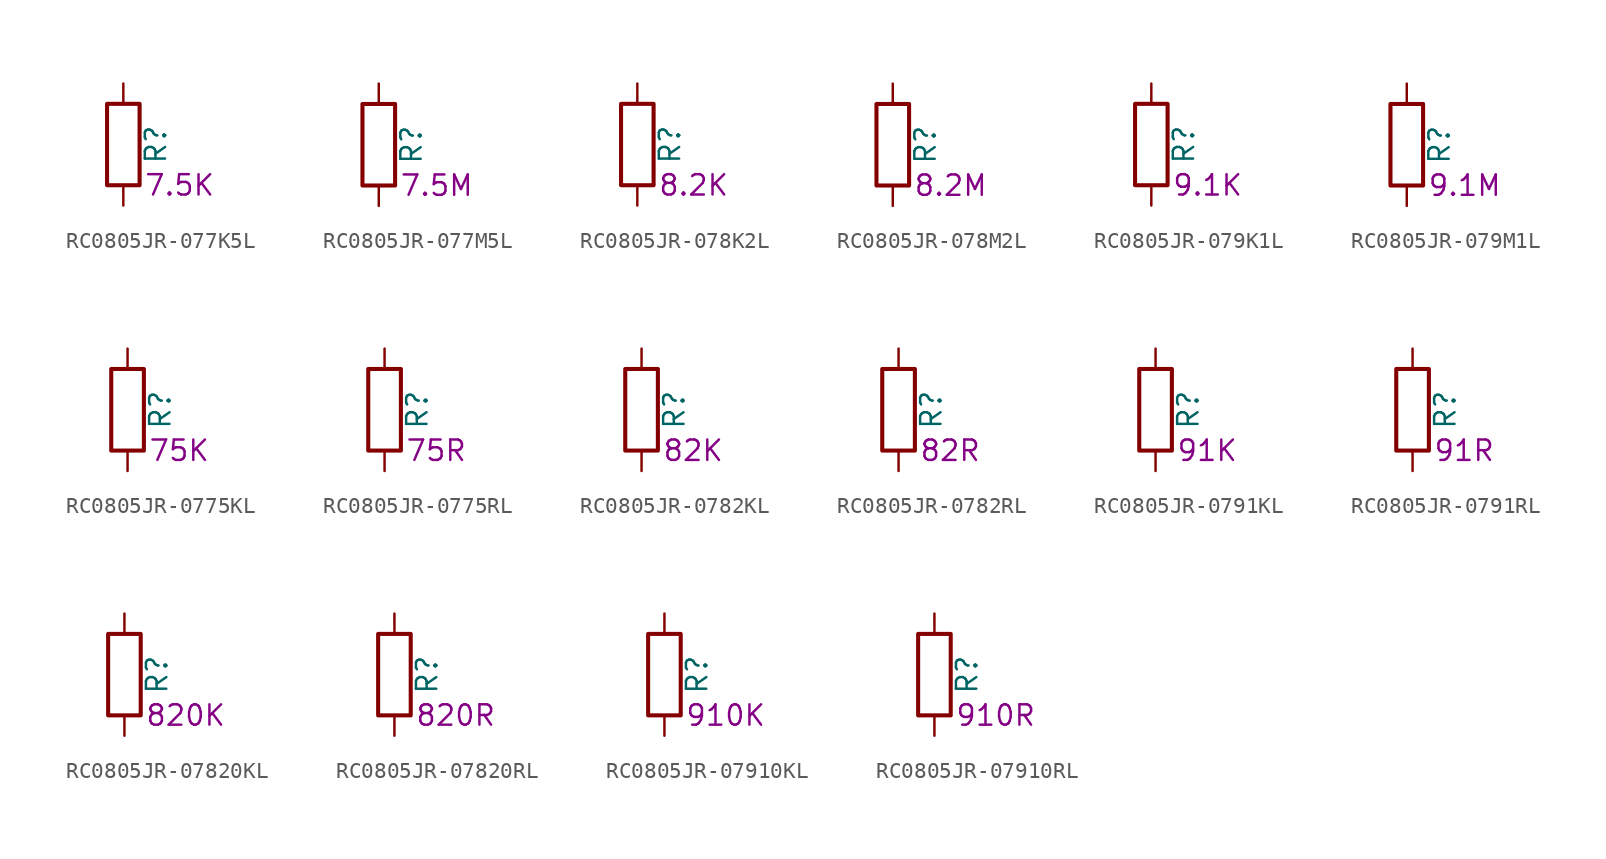
<source format=kicad_sym>
(kicad_symbol_lib
  (version 20220914)
  (generator kicad_symbol_editor)
  (symbol "RC0805JR-077K5L"
    (pin_numbers hide)
    (pin_names
      (offset 0))
    (property "Reference" "R"
      (at 2.032 0 90)
      (effects (font (size 1.27 1.27))))
    (property "Resistance" "7.5K"
      (at 1.27 -2.54 0)
      (effects (font (size 1.27 1.27)) (justify left)))
    (symbol "RC0805JR-077K5L_0_1"
      (rectangle (start -1.016 -2.54) (end 1.016 2.54) (stroke (width 0.254) (type default)) (fill (type none))))
    (symbol "RC0805JR-077K5L_1_1"
      (pin passive line (at 0 3.81 270) (length 1.27) (name "~" (effects (font (size 1.27 1.27)))) (number "1" (effects (font (size 1.27 1.27)))))
      (pin passive line (at 0 -3.81 90) (length 1.27) (name "~" (effects (font (size 1.27 1.27)))) (number "2" (effects (font (size 1.27 1.27)))))))
  (symbol "RC0805JR-077M5L"
    (pin_numbers hide)
    (pin_names
      (offset 0))
    (property "Reference" "R"
      (at 2.032 0 90)
      (effects (font (size 1.27 1.27))))
    (property "Resistance" "7.5M"
      (at 1.27 -2.54 0)
      (effects (font (size 1.27 1.27)) (justify left)))
    (symbol "RC0805JR-077M5L_0_1"
      (rectangle (start -1.016 -2.54) (end 1.016 2.54) (stroke (width 0.254) (type default)) (fill (type none))))
    (symbol "RC0805JR-077M5L_1_1"
      (pin passive line (at 0 3.81 270) (length 1.27) (name "~" (effects (font (size 1.27 1.27)))) (number "1" (effects (font (size 1.27 1.27)))))
      (pin passive line (at 0 -3.81 90) (length 1.27) (name "~" (effects (font (size 1.27 1.27)))) (number "2" (effects (font (size 1.27 1.27)))))))
  (symbol "RC0805JR-078K2L"
    (pin_numbers hide)
    (pin_names
      (offset 0))
    (property "Reference" "R"
      (at 2.032 0 90)
      (effects (font (size 1.27 1.27))))
    (property "Resistance" "8.2K"
      (at 1.27 -2.54 0)
      (effects (font (size 1.27 1.27)) (justify left)))
    (symbol "RC0805JR-078K2L_0_1"
      (rectangle (start -1.016 -2.54) (end 1.016 2.54) (stroke (width 0.254) (type default)) (fill (type none))))
    (symbol "RC0805JR-078K2L_1_1"
      (pin passive line (at 0 3.81 270) (length 1.27) (name "~" (effects (font (size 1.27 1.27)))) (number "1" (effects (font (size 1.27 1.27)))))
      (pin passive line (at 0 -3.81 90) (length 1.27) (name "~" (effects (font (size 1.27 1.27)))) (number "2" (effects (font (size 1.27 1.27)))))))
  (symbol "RC0805JR-078M2L"
    (pin_numbers hide)
    (pin_names
      (offset 0))
    (property "Reference" "R"
      (at 2.032 0 90)
      (effects (font (size 1.27 1.27))))
    (property "Resistance" "8.2M"
      (at 1.27 -2.54 0)
      (effects (font (size 1.27 1.27)) (justify left)))
    (symbol "RC0805JR-078M2L_0_1"
      (rectangle (start -1.016 -2.54) (end 1.016 2.54) (stroke (width 0.254) (type default)) (fill (type none))))
    (symbol "RC0805JR-078M2L_1_1"
      (pin passive line (at 0 3.81 270) (length 1.27) (name "~" (effects (font (size 1.27 1.27)))) (number "1" (effects (font (size 1.27 1.27)))))
      (pin passive line (at 0 -3.81 90) (length 1.27) (name "~" (effects (font (size 1.27 1.27)))) (number "2" (effects (font (size 1.27 1.27)))))))
  (symbol "RC0805JR-079K1L"
    (pin_numbers hide)
    (pin_names
      (offset 0))
    (property "Reference" "R"
      (at 2.032 0 90)
      (effects (font (size 1.27 1.27))))
    (property "Resistance" "9.1K"
      (at 1.27 -2.54 0)
      (effects (font (size 1.27 1.27)) (justify left)))
    (symbol "RC0805JR-079K1L_0_1"
      (rectangle (start -1.016 -2.54) (end 1.016 2.54) (stroke (width 0.254) (type default)) (fill (type none))))
    (symbol "RC0805JR-079K1L_1_1"
      (pin passive line (at 0 3.81 270) (length 1.27) (name "~" (effects (font (size 1.27 1.27)))) (number "1" (effects (font (size 1.27 1.27)))))
      (pin passive line (at 0 -3.81 90) (length 1.27) (name "~" (effects (font (size 1.27 1.27)))) (number "2" (effects (font (size 1.27 1.27)))))))
  (symbol "RC0805JR-079M1L"
    (pin_numbers hide)
    (pin_names
      (offset 0))
    (property "Reference" "R"
      (at 2.032 0 90)
      (effects (font (size 1.27 1.27))))
    (property "Resistance" "9.1M"
      (at 1.27 -2.54 0)
      (effects (font (size 1.27 1.27)) (justify left)))
    (symbol "RC0805JR-079M1L_0_1"
      (rectangle (start -1.016 -2.54) (end 1.016 2.54) (stroke (width 0.254) (type default)) (fill (type none))))
    (symbol "RC0805JR-079M1L_1_1"
      (pin passive line (at 0 3.81 270) (length 1.27) (name "~" (effects (font (size 1.27 1.27)))) (number "1" (effects (font (size 1.27 1.27)))))
      (pin passive line (at 0 -3.81 90) (length 1.27) (name "~" (effects (font (size 1.27 1.27)))) (number "2" (effects (font (size 1.27 1.27)))))))
  (symbol "RC0805JR-0775KL"
    (pin_numbers hide)
    (pin_names
      (offset 0))
    (property "Reference" "R"
      (at 2.032 0 90)
      (effects (font (size 1.27 1.27))))
    (property "Resistance" "75K"
      (at 1.27 -2.54 0)
      (effects (font (size 1.27 1.27)) (justify left)))
    (symbol "RC0805JR-0775KL_0_1"
      (rectangle (start -1.016 -2.54) (end 1.016 2.54) (stroke (width 0.254) (type default)) (fill (type none))))
    (symbol "RC0805JR-0775KL_1_1"
      (pin passive line (at 0 3.81 270) (length 1.27) (name "~" (effects (font (size 1.27 1.27)))) (number "1" (effects (font (size 1.27 1.27)))))
      (pin passive line (at 0 -3.81 90) (length 1.27) (name "~" (effects (font (size 1.27 1.27)))) (number "2" (effects (font (size 1.27 1.27)))))))
  (symbol "RC0805JR-0775RL"
    (pin_numbers hide)
    (pin_names
      (offset 0))
    (property "Reference" "R"
      (at 2.032 0 90)
      (effects (font (size 1.27 1.27))))
    (property "Resistance" "75R"
      (at 1.27 -2.54 0)
      (effects (font (size 1.27 1.27)) (justify left)))
    (symbol "RC0805JR-0775RL_0_1"
      (rectangle (start -1.016 -2.54) (end 1.016 2.54) (stroke (width 0.254) (type default)) (fill (type none))))
    (symbol "RC0805JR-0775RL_1_1"
      (pin passive line (at 0 3.81 270) (length 1.27) (name "~" (effects (font (size 1.27 1.27)))) (number "1" (effects (font (size 1.27 1.27)))))
      (pin passive line (at 0 -3.81 90) (length 1.27) (name "~" (effects (font (size 1.27 1.27)))) (number "2" (effects (font (size 1.27 1.27)))))))
  (symbol "RC0805JR-0782KL"
    (pin_numbers hide)
    (pin_names
      (offset 0))
    (property "Reference" "R"
      (at 2.032 0 90)
      (effects (font (size 1.27 1.27))))
    (property "Resistance" "82K"
      (at 1.27 -2.54 0)
      (effects (font (size 1.27 1.27)) (justify left)))
    (symbol "RC0805JR-0782KL_0_1"
      (rectangle (start -1.016 -2.54) (end 1.016 2.54) (stroke (width 0.254) (type default)) (fill (type none))))
    (symbol "RC0805JR-0782KL_1_1"
      (pin passive line (at 0 3.81 270) (length 1.27) (name "~" (effects (font (size 1.27 1.27)))) (number "1" (effects (font (size 1.27 1.27)))))
      (pin passive line (at 0 -3.81 90) (length 1.27) (name "~" (effects (font (size 1.27 1.27)))) (number "2" (effects (font (size 1.27 1.27)))))))
  (symbol "RC0805JR-0782RL"
    (pin_numbers hide)
    (pin_names
      (offset 0))
    (property "Reference" "R"
      (at 2.032 0 90)
      (effects (font (size 1.27 1.27))))
    (property "Resistance" "82R"
      (at 1.27 -2.54 0)
      (effects (font (size 1.27 1.27)) (justify left)))
    (symbol "RC0805JR-0782RL_0_1"
      (rectangle (start -1.016 -2.54) (end 1.016 2.54) (stroke (width 0.254) (type default)) (fill (type none))))
    (symbol "RC0805JR-0782RL_1_1"
      (pin passive line (at 0 3.81 270) (length 1.27) (name "~" (effects (font (size 1.27 1.27)))) (number "1" (effects (font (size 1.27 1.27)))))
      (pin passive line (at 0 -3.81 90) (length 1.27) (name "~" (effects (font (size 1.27 1.27)))) (number "2" (effects (font (size 1.27 1.27)))))))
  (symbol "RC0805JR-0791KL"
    (pin_numbers hide)
    (pin_names
      (offset 0))
    (property "Reference" "R"
      (at 2.032 0 90)
      (effects (font (size 1.27 1.27))))
    (property "Resistance" "91K"
      (at 1.27 -2.54 0)
      (effects (font (size 1.27 1.27)) (justify left)))
    (symbol "RC0805JR-0791KL_0_1"
      (rectangle (start -1.016 -2.54) (end 1.016 2.54) (stroke (width 0.254) (type default)) (fill (type none))))
    (symbol "RC0805JR-0791KL_1_1"
      (pin passive line (at 0 3.81 270) (length 1.27) (name "~" (effects (font (size 1.27 1.27)))) (number "1" (effects (font (size 1.27 1.27)))))
      (pin passive line (at 0 -3.81 90) (length 1.27) (name "~" (effects (font (size 1.27 1.27)))) (number "2" (effects (font (size 1.27 1.27)))))))
  (symbol "RC0805JR-0791RL"
    (pin_numbers hide)
    (pin_names
      (offset 0))
    (property "Reference" "R"
      (at 2.032 0 90)
      (effects (font (size 1.27 1.27))))
    (property "Resistance" "91R"
      (at 1.27 -2.54 0)
      (effects (font (size 1.27 1.27)) (justify left)))
    (symbol "RC0805JR-0791RL_0_1"
      (rectangle (start -1.016 -2.54) (end 1.016 2.54) (stroke (width 0.254) (type default)) (fill (type none))))
    (symbol "RC0805JR-0791RL_1_1"
      (pin passive line (at 0 3.81 270) (length 1.27) (name "~" (effects (font (size 1.27 1.27)))) (number "1" (effects (font (size 1.27 1.27)))))
      (pin passive line (at 0 -3.81 90) (length 1.27) (name "~" (effects (font (size 1.27 1.27)))) (number "2" (effects (font (size 1.27 1.27)))))))
  (symbol "RC0805JR-07820KL"
    (pin_numbers hide)
    (pin_names
      (offset 0))
    (property "Reference" "R"
      (at 2.032 0 90)
      (effects (font (size 1.27 1.27))))
    (property "Resistance" "820K"
      (at 1.27 -2.54 0)
      (effects (font (size 1.27 1.27)) (justify left)))
    (symbol "RC0805JR-07820KL_0_1"
      (rectangle (start -1.016 -2.54) (end 1.016 2.54) (stroke (width 0.254) (type default)) (fill (type none))))
    (symbol "RC0805JR-07820KL_1_1"
      (pin passive line (at 0 3.81 270) (length 1.27) (name "~" (effects (font (size 1.27 1.27)))) (number "1" (effects (font (size 1.27 1.27)))))
      (pin passive line (at 0 -3.81 90) (length 1.27) (name "~" (effects (font (size 1.27 1.27)))) (number "2" (effects (font (size 1.27 1.27)))))))
  (symbol "RC0805JR-07820RL"
    (pin_numbers hide)
    (pin_names
      (offset 0))
    (property "Reference" "R"
      (at 2.032 0 90)
      (effects (font (size 1.27 1.27))))
    (property "Resistance" "820R"
      (at 1.27 -2.54 0)
      (effects (font (size 1.27 1.27)) (justify left)))
    (symbol "RC0805JR-07820RL_0_1"
      (rectangle (start -1.016 -2.54) (end 1.016 2.54) (stroke (width 0.254) (type default)) (fill (type none))))
    (symbol "RC0805JR-07820RL_1_1"
      (pin passive line (at 0 3.81 270) (length 1.27) (name "~" (effects (font (size 1.27 1.27)))) (number "1" (effects (font (size 1.27 1.27)))))
      (pin passive line (at 0 -3.81 90) (length 1.27) (name "~" (effects (font (size 1.27 1.27)))) (number "2" (effects (font (size 1.27 1.27)))))))
  (symbol "RC0805JR-07910KL"
    (pin_numbers hide)
    (pin_names
      (offset 0))
    (property "Reference" "R"
      (at 2.032 0 90)
      (effects (font (size 1.27 1.27))))
    (property "Resistance" "910K"
      (at 1.27 -2.54 0)
      (effects (font (size 1.27 1.27)) (justify left)))
    (symbol "RC0805JR-07910KL_0_1"
      (rectangle (start -1.016 -2.54) (end 1.016 2.54) (stroke (width 0.254) (type default)) (fill (type none))))
    (symbol "RC0805JR-07910KL_1_1"
      (pin passive line (at 0 3.81 270) (length 1.27) (name "~" (effects (font (size 1.27 1.27)))) (number "1" (effects (font (size 1.27 1.27)))))
      (pin passive line (at 0 -3.81 90) (length 1.27) (name "~" (effects (font (size 1.27 1.27)))) (number "2" (effects (font (size 1.27 1.27)))))))
  (symbol "RC0805JR-07910RL"
    (pin_numbers hide)
    (pin_names
      (offset 0))
    (property "Reference" "R"
      (at 2.032 0 90)
      (effects (font (size 1.27 1.27))))
    (property "Resistance" "910R"
      (at 1.27 -2.54 0)
      (effects (font (size 1.27 1.27)) (justify left)))
    (symbol "RC0805JR-07910RL_0_1"
      (rectangle (start -1.016 -2.54) (end 1.016 2.54) (stroke (width 0.254) (type default)) (fill (type none))))
    (symbol "RC0805JR-07910RL_1_1"
      (pin passive line (at 0 3.81 270) (length 1.27) (name "~" (effects (font (size 1.27 1.27)))) (number "1" (effects (font (size 1.27 1.27)))))
      (pin passive line (at 0 -3.81 90) (length 1.27) (name "~" (effects (font (size 1.27 1.27)))) (number "2" (effects (font (size 1.27 1.27))))))))
</source>
